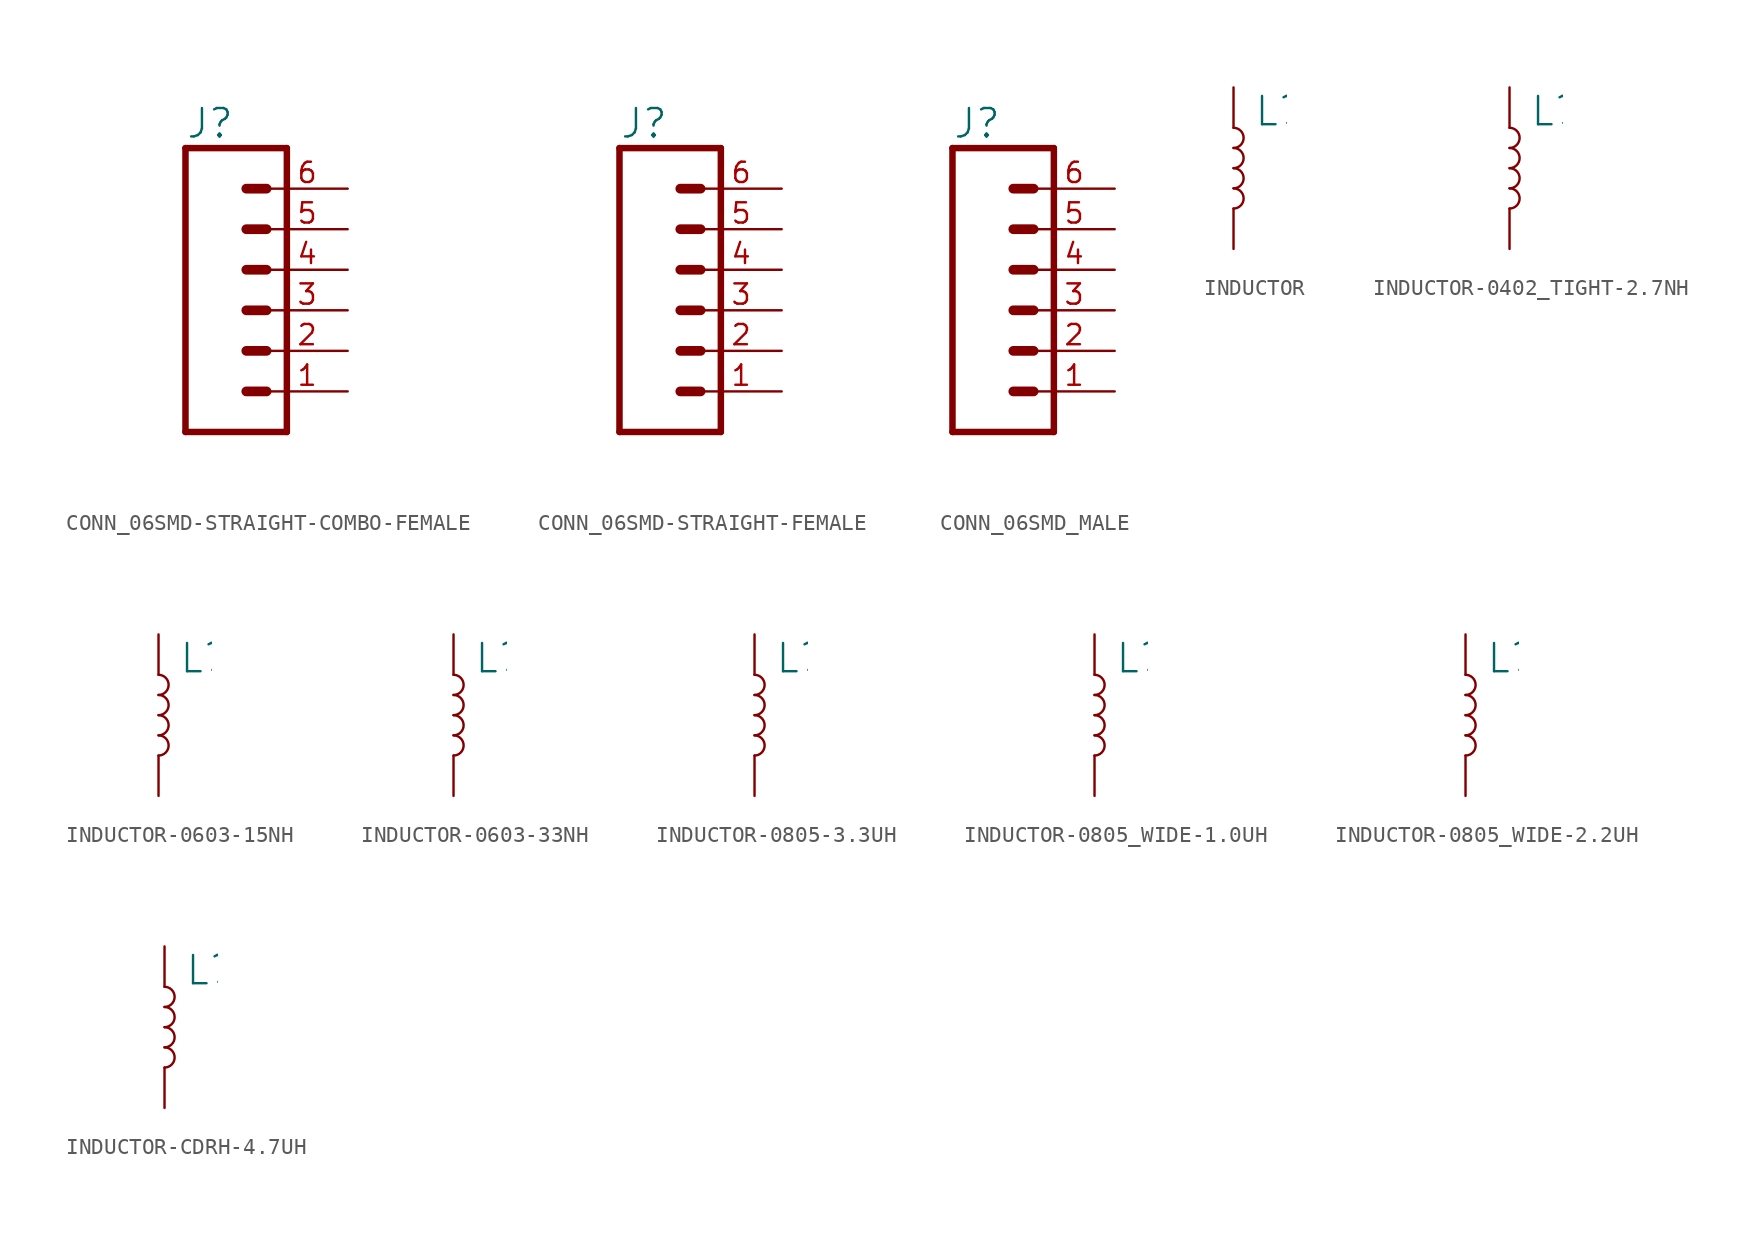
<source format=kicad_sym>
(kicad_symbol_lib
  (version 20231120)
  (generator "kicad_symbol_editor")
  (generator_version "8.0")
  (symbol "CONN_06SMD-STRAIGHT-COMBO-FEMALE"
    (property "Reference" "J"
      (at -5.08 10.668 0)
      (effects (font (size 1.778 1.778)) (justify left bottom)))
    (property "Value" ""
      (at -5.08 -9.906 0)
      (effects (font (size 1.778 1.778)) (justify left bottom)))
    (property "ki_locked" ""
      (at 0 0 0)
      (effects (font (size 1.27 1.27))))
    (symbol "CONN_06SMD-STRAIGHT-COMBO-FEMALE_1_0"
      (polyline (pts (xy -5.08 10.16) (xy -5.08 -7.62)) (stroke (width 0.406) (type solid)) (fill (type none)))
      (polyline (pts (xy -5.08 10.16) (xy 1.27 10.16)) (stroke (width 0.406) (type solid)) (fill (type none)))
      (polyline (pts (xy -1.27 -5.08) (xy 0 -5.08)) (stroke (width 0.61) (type solid)) (fill (type none)))
      (polyline (pts (xy -1.27 -2.54) (xy 0 -2.54)) (stroke (width 0.61) (type solid)) (fill (type none)))
      (polyline (pts (xy -1.27 0) (xy 0 0)) (stroke (width 0.61) (type solid)) (fill (type none)))
      (polyline (pts (xy -1.27 2.54) (xy 0 2.54)) (stroke (width 0.61) (type solid)) (fill (type none)))
      (polyline (pts (xy -1.27 5.08) (xy 0 5.08)) (stroke (width 0.61) (type solid)) (fill (type none)))
      (polyline (pts (xy -1.27 7.62) (xy 0 7.62)) (stroke (width 0.61) (type solid)) (fill (type none)))
      (polyline (pts (xy 1.27 -7.62) (xy -5.08 -7.62)) (stroke (width 0.406) (type solid)) (fill (type none)))
      (polyline (pts (xy 1.27 -7.62) (xy 1.27 10.16)) (stroke (width 0.406) (type solid)) (fill (type none)))
      (pin passive line (at 5.08 -5.08 180) (length 5.08) (name "1" (effects (font (size 0 0)))) (number "1" (effects (font (size 1.27 1.27)))))
      (pin passive line (at 5.08 -2.54 180) (length 5.08) (name "2" (effects (font (size 0 0)))) (number "2" (effects (font (size 1.27 1.27)))))
      (pin passive line (at 5.08 0 180) (length 5.08) (name "3" (effects (font (size 0 0)))) (number "3" (effects (font (size 1.27 1.27)))))
      (pin passive line (at 5.08 2.54 180) (length 5.08) (name "4" (effects (font (size 0 0)))) (number "4" (effects (font (size 1.27 1.27)))))
      (pin passive line (at 5.08 5.08 180) (length 5.08) (name "5" (effects (font (size 0 0)))) (number "5" (effects (font (size 1.27 1.27)))))
      (pin passive line (at 5.08 7.62 180) (length 5.08) (name "6" (effects (font (size 0 0)))) (number "6" (effects (font (size 1.27 1.27)))))))
  (symbol "CONN_06SMD-STRAIGHT-FEMALE"
    (property "Reference" "J"
      (at -5.08 10.668 0)
      (effects (font (size 1.778 1.778)) (justify left bottom)))
    (property "Value" ""
      (at -5.08 -9.906 0)
      (effects (font (size 1.778 1.778)) (justify left bottom)))
    (property "ki_locked" ""
      (at 0 0 0)
      (effects (font (size 1.27 1.27))))
    (symbol "CONN_06SMD-STRAIGHT-FEMALE_1_0"
      (polyline (pts (xy -5.08 10.16) (xy -5.08 -7.62)) (stroke (width 0.406) (type solid)) (fill (type none)))
      (polyline (pts (xy -5.08 10.16) (xy 1.27 10.16)) (stroke (width 0.406) (type solid)) (fill (type none)))
      (polyline (pts (xy -1.27 -5.08) (xy 0 -5.08)) (stroke (width 0.61) (type solid)) (fill (type none)))
      (polyline (pts (xy -1.27 -2.54) (xy 0 -2.54)) (stroke (width 0.61) (type solid)) (fill (type none)))
      (polyline (pts (xy -1.27 0) (xy 0 0)) (stroke (width 0.61) (type solid)) (fill (type none)))
      (polyline (pts (xy -1.27 2.54) (xy 0 2.54)) (stroke (width 0.61) (type solid)) (fill (type none)))
      (polyline (pts (xy -1.27 5.08) (xy 0 5.08)) (stroke (width 0.61) (type solid)) (fill (type none)))
      (polyline (pts (xy -1.27 7.62) (xy 0 7.62)) (stroke (width 0.61) (type solid)) (fill (type none)))
      (polyline (pts (xy 1.27 -7.62) (xy -5.08 -7.62)) (stroke (width 0.406) (type solid)) (fill (type none)))
      (polyline (pts (xy 1.27 -7.62) (xy 1.27 10.16)) (stroke (width 0.406) (type solid)) (fill (type none)))
      (pin passive line (at 5.08 -5.08 180) (length 5.08) (name "1" (effects (font (size 0 0)))) (number "1" (effects (font (size 1.27 1.27)))))
      (pin passive line (at 5.08 -2.54 180) (length 5.08) (name "2" (effects (font (size 0 0)))) (number "2" (effects (font (size 1.27 1.27)))))
      (pin passive line (at 5.08 0 180) (length 5.08) (name "3" (effects (font (size 0 0)))) (number "3" (effects (font (size 1.27 1.27)))))
      (pin passive line (at 5.08 2.54 180) (length 5.08) (name "4" (effects (font (size 0 0)))) (number "4" (effects (font (size 1.27 1.27)))))
      (pin passive line (at 5.08 5.08 180) (length 5.08) (name "5" (effects (font (size 0 0)))) (number "5" (effects (font (size 1.27 1.27)))))
      (pin passive line (at 5.08 7.62 180) (length 5.08) (name "6" (effects (font (size 0 0)))) (number "6" (effects (font (size 1.27 1.27)))))))
  (symbol "CONN_06SMD_MALE"
    (property "Reference" "J"
      (at -5.08 10.668 0)
      (effects (font (size 1.778 1.778)) (justify left bottom)))
    (property "Value" ""
      (at -5.08 -9.906 0)
      (effects (font (size 1.778 1.778)) (justify left bottom)))
    (property "ki_locked" ""
      (at 0 0 0)
      (effects (font (size 1.27 1.27))))
    (symbol "CONN_06SMD_MALE_1_0"
      (polyline (pts (xy -5.08 10.16) (xy -5.08 -7.62)) (stroke (width 0.406) (type solid)) (fill (type none)))
      (polyline (pts (xy -5.08 10.16) (xy 1.27 10.16)) (stroke (width 0.406) (type solid)) (fill (type none)))
      (polyline (pts (xy -1.27 -5.08) (xy 0 -5.08)) (stroke (width 0.61) (type solid)) (fill (type none)))
      (polyline (pts (xy -1.27 -2.54) (xy 0 -2.54)) (stroke (width 0.61) (type solid)) (fill (type none)))
      (polyline (pts (xy -1.27 0) (xy 0 0)) (stroke (width 0.61) (type solid)) (fill (type none)))
      (polyline (pts (xy -1.27 2.54) (xy 0 2.54)) (stroke (width 0.61) (type solid)) (fill (type none)))
      (polyline (pts (xy -1.27 5.08) (xy 0 5.08)) (stroke (width 0.61) (type solid)) (fill (type none)))
      (polyline (pts (xy -1.27 7.62) (xy 0 7.62)) (stroke (width 0.61) (type solid)) (fill (type none)))
      (polyline (pts (xy 1.27 -7.62) (xy -5.08 -7.62)) (stroke (width 0.406) (type solid)) (fill (type none)))
      (polyline (pts (xy 1.27 -7.62) (xy 1.27 10.16)) (stroke (width 0.406) (type solid)) (fill (type none)))
      (pin passive line (at 5.08 -5.08 180) (length 5.08) (name "1" (effects (font (size 0 0)))) (number "1" (effects (font (size 1.27 1.27)))))
      (pin passive line (at 5.08 -2.54 180) (length 5.08) (name "2" (effects (font (size 0 0)))) (number "2" (effects (font (size 1.27 1.27)))))
      (pin passive line (at 5.08 0 180) (length 5.08) (name "3" (effects (font (size 0 0)))) (number "3" (effects (font (size 1.27 1.27)))))
      (pin passive line (at 5.08 2.54 180) (length 5.08) (name "4" (effects (font (size 0 0)))) (number "4" (effects (font (size 1.27 1.27)))))
      (pin passive line (at 5.08 5.08 180) (length 5.08) (name "5" (effects (font (size 0 0)))) (number "5" (effects (font (size 1.27 1.27)))))
      (pin passive line (at 5.08 7.62 180) (length 5.08) (name "6" (effects (font (size 0 0)))) (number "6" (effects (font (size 1.27 1.27)))))))
  (symbol "INDUCTOR"
    (property "Reference" "L"
      (at 1.27 2.54 0)
      (effects (font (size 1.778 1.778)) (justify left bottom)))
    (property "Value" ""
      (at 1.27 -2.54 0)
      (effects (font (size 1.778 1.778)) (justify left top)))
    (property "ki_locked" ""
      (at 0 0 0)
      (effects (font (size 1.27 1.27))))
    (symbol "INDUCTOR_1_0"
      (arc (start 0 -2.54) (mid 0.635 -1.905) (end 0 -1.27) (stroke (width 0.1524) (type solid)) (fill (type none)))
      (arc (start 0 -1.27) (mid 0.635 -0.635) (end 0 0) (stroke (width 0.1524) (type solid)) (fill (type none)))
      (arc (start 0 0) (mid 0.635 0.635) (end 0 1.27) (stroke (width 0.1524) (type solid)) (fill (type none)))
      (arc (start 0 1.27) (mid 0.635 1.905) (end 0 2.54) (stroke (width 0.1524) (type solid)) (fill (type none)))
      (pin passive line (at 0 5.08 270) (length 2.54) (name "1" (effects (font (size 0 0)))) (number "P$1" (effects (font (size 0 0)))))
      (pin passive line (at 0 -5.08 90) (length 2.54) (name "2" (effects (font (size 0 0)))) (number "P$2" (effects (font (size 0 0)))))))
  (symbol "INDUCTOR-0402_TIGHT-2.7NH"
    (property "Reference" "L"
      (at 1.27 2.54 0)
      (effects (font (size 1.778 1.778)) (justify left bottom)))
    (property "Value" ""
      (at 1.27 -2.54 0)
      (effects (font (size 1.778 1.778)) (justify left top)))
    (property "ki_locked" ""
      (at 0 0 0)
      (effects (font (size 1.27 1.27))))
    (symbol "INDUCTOR-0402_TIGHT-2.7NH_1_0"
      (arc (start 0 -2.54) (mid 0.635 -1.905) (end 0 -1.27) (stroke (width 0.1524) (type solid)) (fill (type none)))
      (arc (start 0 -1.27) (mid 0.635 -0.635) (end 0 0) (stroke (width 0.1524) (type solid)) (fill (type none)))
      (arc (start 0 0) (mid 0.635 0.635) (end 0 1.27) (stroke (width 0.1524) (type solid)) (fill (type none)))
      (arc (start 0 1.27) (mid 0.635 1.905) (end 0 2.54) (stroke (width 0.1524) (type solid)) (fill (type none)))
      (pin passive line (at 0 5.08 270) (length 2.54) (name "1" (effects (font (size 0 0)))) (number "1" (effects (font (size 0 0)))))
      (pin passive line (at 0 -5.08 90) (length 2.54) (name "2" (effects (font (size 0 0)))) (number "2" (effects (font (size 0 0)))))))
  (symbol "INDUCTOR-0603-15NH"
    (property "Reference" "L"
      (at 1.27 2.54 0)
      (effects (font (size 1.778 1.778)) (justify left bottom)))
    (property "Value" ""
      (at 1.27 -2.54 0)
      (effects (font (size 1.778 1.778)) (justify left top)))
    (property "ki_locked" ""
      (at 0 0 0)
      (effects (font (size 1.27 1.27))))
    (symbol "INDUCTOR-0603-15NH_1_0"
      (arc (start 0 -2.54) (mid 0.635 -1.905) (end 0 -1.27) (stroke (width 0.1524) (type solid)) (fill (type none)))
      (arc (start 0 -1.27) (mid 0.635 -0.635) (end 0 0) (stroke (width 0.1524) (type solid)) (fill (type none)))
      (arc (start 0 0) (mid 0.635 0.635) (end 0 1.27) (stroke (width 0.1524) (type solid)) (fill (type none)))
      (arc (start 0 1.27) (mid 0.635 1.905) (end 0 2.54) (stroke (width 0.1524) (type solid)) (fill (type none)))
      (pin passive line (at 0 5.08 270) (length 2.54) (name "1" (effects (font (size 0 0)))) (number "1" (effects (font (size 0 0)))))
      (pin passive line (at 0 -5.08 90) (length 2.54) (name "2" (effects (font (size 0 0)))) (number "2" (effects (font (size 0 0)))))))
  (symbol "INDUCTOR-0603-33NH"
    (property "Reference" "L"
      (at 1.27 2.54 0)
      (effects (font (size 1.778 1.778)) (justify left bottom)))
    (property "Value" ""
      (at 1.27 -2.54 0)
      (effects (font (size 1.778 1.778)) (justify left top)))
    (property "ki_locked" ""
      (at 0 0 0)
      (effects (font (size 1.27 1.27))))
    (symbol "INDUCTOR-0603-33NH_1_0"
      (arc (start 0 -2.54) (mid 0.635 -1.905) (end 0 -1.27) (stroke (width 0.1524) (type solid)) (fill (type none)))
      (arc (start 0 -1.27) (mid 0.635 -0.635) (end 0 0) (stroke (width 0.1524) (type solid)) (fill (type none)))
      (arc (start 0 0) (mid 0.635 0.635) (end 0 1.27) (stroke (width 0.1524) (type solid)) (fill (type none)))
      (arc (start 0 1.27) (mid 0.635 1.905) (end 0 2.54) (stroke (width 0.1524) (type solid)) (fill (type none)))
      (pin passive line (at 0 5.08 270) (length 2.54) (name "1" (effects (font (size 0 0)))) (number "1" (effects (font (size 0 0)))))
      (pin passive line (at 0 -5.08 90) (length 2.54) (name "2" (effects (font (size 0 0)))) (number "2" (effects (font (size 0 0)))))))
  (symbol "INDUCTOR-0805-3.3UH"
    (property "Reference" "L"
      (at 1.27 2.54 0)
      (effects (font (size 1.778 1.778)) (justify left bottom)))
    (property "Value" ""
      (at 1.27 -2.54 0)
      (effects (font (size 1.778 1.778)) (justify left top)))
    (property "ki_locked" ""
      (at 0 0 0)
      (effects (font (size 1.27 1.27))))
    (symbol "INDUCTOR-0805-3.3UH_1_0"
      (arc (start 0 -2.54) (mid 0.635 -1.905) (end 0 -1.27) (stroke (width 0.1524) (type solid)) (fill (type none)))
      (arc (start 0 -1.27) (mid 0.635 -0.635) (end 0 0) (stroke (width 0.1524) (type solid)) (fill (type none)))
      (arc (start 0 0) (mid 0.635 0.635) (end 0 1.27) (stroke (width 0.1524) (type solid)) (fill (type none)))
      (arc (start 0 1.27) (mid 0.635 1.905) (end 0 2.54) (stroke (width 0.1524) (type solid)) (fill (type none)))
      (pin passive line (at 0 5.08 270) (length 2.54) (name "1" (effects (font (size 0 0)))) (number "1" (effects (font (size 0 0)))))
      (pin passive line (at 0 -5.08 90) (length 2.54) (name "2" (effects (font (size 0 0)))) (number "2" (effects (font (size 0 0)))))))
  (symbol "INDUCTOR-0805_WIDE-1.0UH"
    (property "Reference" "L"
      (at 1.27 2.54 0)
      (effects (font (size 1.778 1.778)) (justify left bottom)))
    (property "Value" ""
      (at 1.27 -2.54 0)
      (effects (font (size 1.778 1.778)) (justify left top)))
    (property "ki_locked" ""
      (at 0 0 0)
      (effects (font (size 1.27 1.27))))
    (symbol "INDUCTOR-0805_WIDE-1.0UH_1_0"
      (arc (start 0 -2.54) (mid 0.635 -1.905) (end 0 -1.27) (stroke (width 0.1524) (type solid)) (fill (type none)))
      (arc (start 0 -1.27) (mid 0.635 -0.635) (end 0 0) (stroke (width 0.1524) (type solid)) (fill (type none)))
      (arc (start 0 0) (mid 0.635 0.635) (end 0 1.27) (stroke (width 0.1524) (type solid)) (fill (type none)))
      (arc (start 0 1.27) (mid 0.635 1.905) (end 0 2.54) (stroke (width 0.1524) (type solid)) (fill (type none)))
      (pin passive line (at 0 5.08 270) (length 2.54) (name "1" (effects (font (size 0 0)))) (number "1" (effects (font (size 0 0)))))
      (pin passive line (at 0 -5.08 90) (length 2.54) (name "2" (effects (font (size 0 0)))) (number "2" (effects (font (size 0 0)))))))
  (symbol "INDUCTOR-0805_WIDE-2.2UH"
    (property "Reference" "L"
      (at 1.27 2.54 0)
      (effects (font (size 1.778 1.778)) (justify left bottom)))
    (property "Value" ""
      (at 1.27 -2.54 0)
      (effects (font (size 1.778 1.778)) (justify left top)))
    (property "ki_locked" ""
      (at 0 0 0)
      (effects (font (size 1.27 1.27))))
    (symbol "INDUCTOR-0805_WIDE-2.2UH_1_0"
      (arc (start 0 -2.54) (mid 0.635 -1.905) (end 0 -1.27) (stroke (width 0.1524) (type solid)) (fill (type none)))
      (arc (start 0 -1.27) (mid 0.635 -0.635) (end 0 0) (stroke (width 0.1524) (type solid)) (fill (type none)))
      (arc (start 0 0) (mid 0.635 0.635) (end 0 1.27) (stroke (width 0.1524) (type solid)) (fill (type none)))
      (arc (start 0 1.27) (mid 0.635 1.905) (end 0 2.54) (stroke (width 0.1524) (type solid)) (fill (type none)))
      (pin passive line (at 0 5.08 270) (length 2.54) (name "1" (effects (font (size 0 0)))) (number "1" (effects (font (size 0 0)))))
      (pin passive line (at 0 -5.08 90) (length 2.54) (name "2" (effects (font (size 0 0)))) (number "2" (effects (font (size 0 0)))))))
  (symbol "INDUCTOR-CDRH-4.7UH"
    (property "Reference" "L"
      (at 1.27 2.54 0)
      (effects (font (size 1.778 1.778)) (justify left bottom)))
    (property "Value" ""
      (at 1.27 -2.54 0)
      (effects (font (size 1.778 1.778)) (justify left top)))
    (property "ki_locked" ""
      (at 0 0 0)
      (effects (font (size 1.27 1.27))))
    (symbol "INDUCTOR-CDRH-4.7UH_1_0"
      (arc (start 0 -2.54) (mid 0.635 -1.905) (end 0 -1.27) (stroke (width 0.1524) (type solid)) (fill (type none)))
      (arc (start 0 -1.27) (mid 0.635 -0.635) (end 0 0) (stroke (width 0.1524) (type solid)) (fill (type none)))
      (arc (start 0 0) (mid 0.635 0.635) (end 0 1.27) (stroke (width 0.1524) (type solid)) (fill (type none)))
      (arc (start 0 1.27) (mid 0.635 1.905) (end 0 2.54) (stroke (width 0.1524) (type solid)) (fill (type none)))
      (pin passive line (at 0 5.08 270) (length 2.54) (name "1" (effects (font (size 0 0)))) (number "P$1" (effects (font (size 0 0)))))
      (pin passive line (at 0 -5.08 90) (length 2.54) (name "2" (effects (font (size 0 0)))) (number "P$2" (effects (font (size 0 0))))))))
</source>
